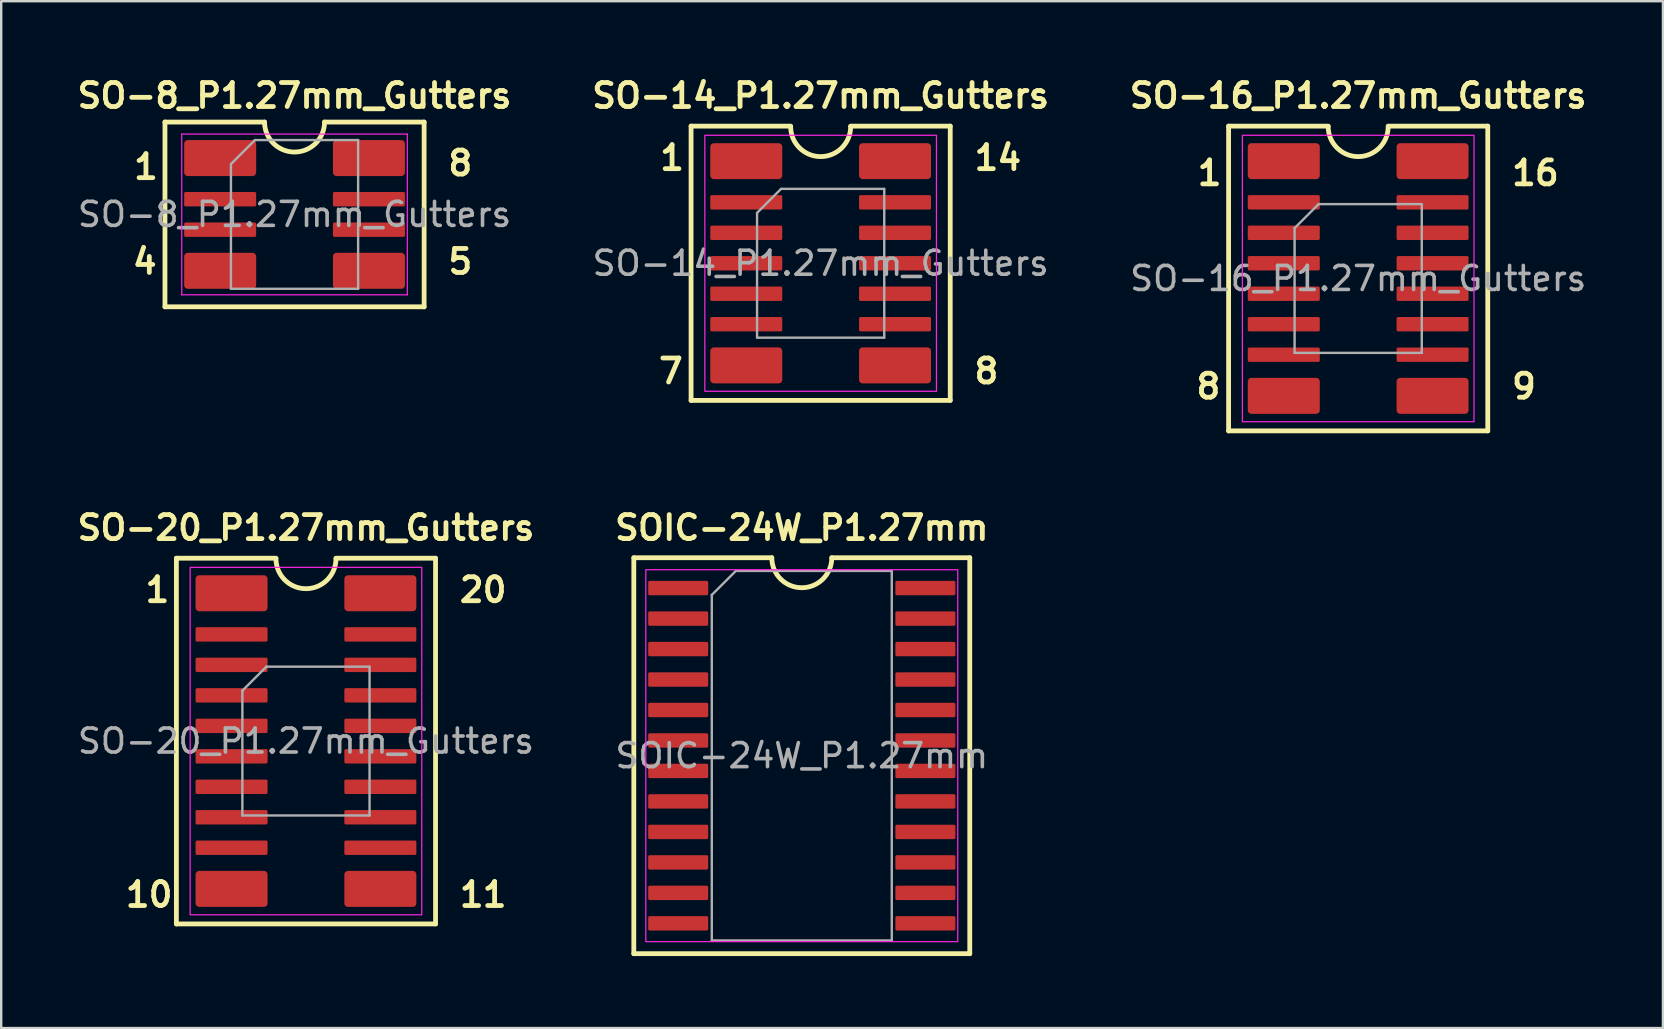
<source format=kicad_pcb>
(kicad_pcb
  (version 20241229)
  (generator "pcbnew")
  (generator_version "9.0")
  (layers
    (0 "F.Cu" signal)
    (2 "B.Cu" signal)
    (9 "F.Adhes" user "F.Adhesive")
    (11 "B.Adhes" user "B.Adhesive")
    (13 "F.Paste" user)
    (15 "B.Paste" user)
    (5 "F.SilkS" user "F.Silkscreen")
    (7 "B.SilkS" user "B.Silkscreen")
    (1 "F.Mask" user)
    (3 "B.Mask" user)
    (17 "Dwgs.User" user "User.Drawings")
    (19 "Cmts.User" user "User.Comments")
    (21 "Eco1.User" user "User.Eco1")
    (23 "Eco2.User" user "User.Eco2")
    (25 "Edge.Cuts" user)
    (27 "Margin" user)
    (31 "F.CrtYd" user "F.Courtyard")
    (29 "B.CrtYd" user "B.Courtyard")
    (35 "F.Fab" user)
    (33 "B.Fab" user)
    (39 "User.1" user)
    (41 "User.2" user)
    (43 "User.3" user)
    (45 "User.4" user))
  (footprint "SO-16_P1.27mm_Gutters"
    (layer "F.Cu")
    (at 53.548 8.556)
    (property "Reference" "SO-16_P1.27mm_Gutters" (at 0 -7.62 0) (layer "F.SilkS") (effects (font (size 1 1) (thickness 0.2) (bold yes))))
    (attr smd)
    (fp_line (start -5.4 -6.35) (end -1.25 -6.35) (stroke (width 0.2) (type default)) (layer "F.SilkS"))
    (fp_line (start -5.4 6.35) (end -5.4 -6.35) (stroke (width 0.2) (type default)) (layer "F.SilkS"))
    (fp_line (start 1.25 -6.35) (end 5.4 -6.35) (stroke (width 0.2) (type default)) (layer "F.SilkS"))
    (fp_line (start 5.4 -6.35) (end 5.4 6.35) (stroke (width 0.2) (type default)) (layer "F.SilkS"))
    (fp_line (start 5.4 6.35) (end -5.4 6.35) (stroke (width 0.2) (type default)) (layer "F.SilkS"))
    (fp_arc (start 1.25 -6.33) (mid 0 -5.08) (end -1.25 -6.33) (stroke (width 0.2) (type default)) (layer "F.SilkS"))
    (fp_rect (start -4.826 -5.969) (end 4.826 5.969) (stroke (width 0.05) (type default)) (fill no) (layer "F.CrtYd"))
    (fp_line (start -2.65 -2.1) (end -1.65 -3.1) (stroke (width 0.1) (type solid)) (layer "F.Fab"))
    (fp_line (start -2.65 3.1) (end -2.65 -2.1) (stroke (width 0.1) (type solid)) (layer "F.Fab"))
    (fp_line (start -1.65 -3.1) (end 2.65 -3.1) (stroke (width 0.1) (type solid)) (layer "F.Fab"))
    (fp_line (start 2.65 -3.1) (end 2.65 3.1) (stroke (width 0.1) (type solid)) (layer "F.Fab"))
    (fp_line (start 2.65 3.1) (end -2.65 3.1) (stroke (width 0.1) (type solid)) (layer "F.Fab"))
    (fp_text user "16" (at 6.3 -3.81 0) (unlocked yes) (layer "F.SilkS") (effects (font (size 1 1) (thickness 0.2) (bold yes)) (justify left bottom)))
    (fp_text user "1" (at -6.8 -3.81 0) (unlocked yes) (layer "F.SilkS") (effects (font (size 1 1) (thickness 0.2) (bold yes)) (justify left bottom)))
    (fp_text user "8" (at -6.85 5.08 0) (unlocked yes) (layer "F.SilkS") (effects (font (size 1 1) (thickness 0.2) (bold yes)) (justify left bottom)))
    (fp_text user "9" (at 6.3 5.08 0) (unlocked yes) (layer "F.SilkS") (effects (font (size 1 1) (thickness 0.2) (bold yes)) (justify left bottom)))
    (fp_text user "${REFERENCE}" (at 0 0 0) (layer "F.Fab") (effects (font (size 1 1) (thickness 0.15))))
    (pad "1" smd roundrect (at -3.1 -4.89) (size 3 1.5) (layers "F.Cu" "F.Mask" "F.Paste") (roundrect_rratio 0.1))
    (pad "2" smd roundrect (at -3.1 -3.175) (size 3 0.6) (layers "F.Cu" "F.Mask" "F.Paste") (roundrect_rratio 0.1))
    (pad "3" smd roundrect (at -3.1 -1.905) (size 3 0.6) (layers "F.Cu" "F.Mask" "F.Paste") (roundrect_rratio 0.1))
    (pad "4" smd roundrect (at -3.1 -0.635) (size 3 0.6) (layers "F.Cu" "F.Mask" "F.Paste") (roundrect_rratio 0.1))
    (pad "5" smd roundrect (at -3.1 0.635) (size 3 0.6) (layers "F.Cu" "F.Mask" "F.Paste") (roundrect_rratio 0.1))
    (pad "6" smd roundrect (at -3.1 1.905) (size 3 0.6) (layers "F.Cu" "F.Mask" "F.Paste") (roundrect_rratio 0.1))
    (pad "7" smd roundrect (at -3.1 3.175) (size 3 0.6) (layers "F.Cu" "F.Mask" "F.Paste") (roundrect_rratio 0.1))
    (pad "8" smd roundrect (at -3.1 4.89) (size 3 1.5) (layers "F.Cu" "F.Mask" "F.Paste") (roundrect_rratio 0.1))
    (pad "9" smd roundrect (at 3.1 4.89) (size 3 1.5) (layers "F.Cu" "F.Mask" "F.Paste") (roundrect_rratio 0.1))
    (pad "10" smd roundrect (at 3.1 3.175) (size 3 0.6) (layers "F.Cu" "F.Mask" "F.Paste") (roundrect_rratio 0.1))
    (pad "11" smd roundrect (at 3.1 1.905) (size 3 0.6) (layers "F.Cu" "F.Mask" "F.Paste") (roundrect_rratio 0.1))
    (pad "12" smd roundrect (at 3.1 0.635) (size 3 0.6) (layers "F.Cu" "F.Mask" "F.Paste") (roundrect_rratio 0.1))
    (pad "13" smd roundrect (at 3.1 -0.635) (size 3 0.6) (layers "F.Cu" "F.Mask" "F.Paste") (roundrect_rratio 0.1))
    (pad "14" smd roundrect (at 3.1 -1.905) (size 3 0.6) (layers "F.Cu" "F.Mask" "F.Paste") (roundrect_rratio 0.1))
    (pad "15" smd roundrect (at 3.1 -3.175) (size 3 0.6) (layers "F.Cu" "F.Mask" "F.Paste") (roundrect_rratio 0.1))
    (pad "16" smd roundrect (at 3.1 -4.89) (size 3 1.5) (layers "F.Cu" "F.Mask" "F.Paste") (roundrect_rratio 0.1)))
  (footprint "SOIC-24W_P1.27mm"
    (layer "F.Cu")
    (at 30.362 28.442)
    (property "Reference" "SOIC-24W_P1.27mm" (at 0 -9.5 0) (layer "F.SilkS") (effects (font (size 1 1) (thickness 0.2) (bold yes))))
    (attr smd)
    (fp_line (start -7 -8.25) (end -1.25 -8.25) (stroke (width 0.2) (type default)) (layer "F.SilkS"))
    (fp_line (start -7 8.25) (end -7 -8.25) (stroke (width 0.2) (type default)) (layer "F.SilkS"))
    (fp_line (start 1.25 -8.25) (end 7 -8.25) (stroke (width 0.2) (type default)) (layer "F.SilkS"))
    (fp_line (start 7 -8.25) (end 7 8.25) (stroke (width 0.2) (type default)) (layer "F.SilkS"))
    (fp_line (start 7 8.25) (end -7 8.25) (stroke (width 0.2) (type default)) (layer "F.SilkS"))
    (fp_arc (start 1.25 -8.25) (mid 0 -7) (end -1.25 -8.25) (stroke (width 0.2) (type default)) (layer "F.SilkS"))
    (fp_rect (start 6.5 -7.75) (end -6.5 7.75) (stroke (width 0.05) (type default)) (fill no) (layer "F.CrtYd"))
    (fp_line (start -3.75 -6.7) (end -2.75 -7.7) (stroke (width 0.1) (type solid)) (layer "F.Fab"))
    (fp_line (start -3.75 7.7) (end -3.75 -6.7) (stroke (width 0.1) (type solid)) (layer "F.Fab"))
    (fp_line (start -2.75 -7.7) (end 3.75 -7.7) (stroke (width 0.1) (type solid)) (layer "F.Fab"))
    (fp_line (start 3.75 -7.7) (end 3.75 7.7) (stroke (width 0.1) (type solid)) (layer "F.Fab"))
    (fp_line (start 3.75 7.7) (end -3.75 7.7) (stroke (width 0.1) (type solid)) (layer "F.Fab"))
    (fp_text user "${REFERENCE}" (at 0 0 0) (layer "F.Fab") (effects (font (size 1 1) (thickness 0.15))))
    (pad "1" smd roundrect (at -5.15 -6.985) (size 2.5 0.6) (layers "F.Cu" "F.Mask" "F.Paste") (roundrect_rratio 0.1))
    (pad "2" smd roundrect (at -5.15 -5.715) (size 2.5 0.6) (layers "F.Cu" "F.Mask" "F.Paste") (roundrect_rratio 0.1))
    (pad "3" smd roundrect (at -5.15 -4.445) (size 2.5 0.6) (layers "F.Cu" "F.Mask" "F.Paste") (roundrect_rratio 0.1))
    (pad "4" smd roundrect (at -5.15 -3.175) (size 2.5 0.6) (layers "F.Cu" "F.Mask" "F.Paste") (roundrect_rratio 0.1))
    (pad "5" smd roundrect (at -5.15 -1.905) (size 2.5 0.6) (layers "F.Cu" "F.Mask" "F.Paste") (roundrect_rratio 0.1))
    (pad "6" smd roundrect (at -5.15 -0.635) (size 2.5 0.6) (layers "F.Cu" "F.Mask" "F.Paste") (roundrect_rratio 0.1))
    (pad "7" smd roundrect (at -5.15 0.635) (size 2.5 0.6) (layers "F.Cu" "F.Mask" "F.Paste") (roundrect_rratio 0.1))
    (pad "8" smd roundrect (at -5.15 1.905) (size 2.5 0.6) (layers "F.Cu" "F.Mask" "F.Paste") (roundrect_rratio 0.1))
    (pad "9" smd roundrect (at -5.15 3.175) (size 2.5 0.6) (layers "F.Cu" "F.Mask" "F.Paste") (roundrect_rratio 0.1))
    (pad "10" smd roundrect (at -5.15 4.445) (size 2.5 0.6) (layers "F.Cu" "F.Mask" "F.Paste") (roundrect_rratio 0.1))
    (pad "11" smd roundrect (at -5.15 5.715) (size 2.5 0.6) (layers "F.Cu" "F.Mask" "F.Paste") (roundrect_rratio 0.1))
    (pad "12" smd roundrect (at -5.15 6.985) (size 2.5 0.6) (layers "F.Cu" "F.Mask" "F.Paste") (roundrect_rratio 0.1))
    (pad "13" smd roundrect (at 5.15 6.985) (size 2.5 0.6) (layers "F.Cu" "F.Mask" "F.Paste") (roundrect_rratio 0.1))
    (pad "14" smd roundrect (at 5.15 5.715) (size 2.5 0.6) (layers "F.Cu" "F.Mask" "F.Paste") (roundrect_rratio 0.1))
    (pad "15" smd roundrect (at 5.15 4.445) (size 2.5 0.6) (layers "F.Cu" "F.Mask" "F.Paste") (roundrect_rratio 0.1))
    (pad "16" smd roundrect (at 5.15 3.175) (size 2.5 0.6) (layers "F.Cu" "F.Mask" "F.Paste") (roundrect_rratio 0.1))
    (pad "17" smd roundrect (at 5.15 1.905) (size 2.5 0.6) (layers "F.Cu" "F.Mask" "F.Paste") (roundrect_rratio 0.1))
    (pad "18" smd roundrect (at 5.15 0.635) (size 2.5 0.6) (layers "F.Cu" "F.Mask" "F.Paste") (roundrect_rratio 0.1))
    (pad "19" smd roundrect (at 5.15 -0.635) (size 2.5 0.6) (layers "F.Cu" "F.Mask" "F.Paste") (roundrect_rratio 0.1))
    (pad "20" smd roundrect (at 5.15 -1.905) (size 2.5 0.6) (layers "F.Cu" "F.Mask" "F.Paste") (roundrect_rratio 0.1))
    (pad "21" smd roundrect (at 5.15 -3.175) (size 2.5 0.6) (layers "F.Cu" "F.Mask" "F.Paste") (roundrect_rratio 0.1))
    (pad "22" smd roundrect (at 5.15 -4.445) (size 2.5 0.6) (layers "F.Cu" "F.Mask" "F.Paste") (roundrect_rratio 0.1))
    (pad "23" smd roundrect (at 5.15 -5.715) (size 2.5 0.6) (layers "F.Cu" "F.Mask" "F.Paste") (roundrect_rratio 0.1))
    (pad "24" smd roundrect (at 5.15 -6.985) (size 2.5 0.6) (layers "F.Cu" "F.Mask" "F.Paste") (roundrect_rratio 0.1)))
  (footprint "SO-20_P1.27mm_Gutters"
    (layer "F.Cu")
    (at 9.7 27.832)
    (property "Reference" "SO-20_P1.27mm_Gutters" (at 0 -8.89 0) (layer "F.SilkS") (effects (font (size 1 1) (thickness 0.2) (bold yes))))
    (attr smd)
    (fp_line (start -5.4 -7.62) (end -1.25 -7.62) (stroke (width 0.2) (type default)) (layer "F.SilkS"))
    (fp_line (start -5.4 7.62) (end -5.4 -7.62) (stroke (width 0.2) (type default)) (layer "F.SilkS"))
    (fp_line (start 1.25 -7.62) (end 5.4 -7.62) (stroke (width 0.2) (type default)) (layer "F.SilkS"))
    (fp_line (start 5.4 -7.62) (end 5.4 7.62) (stroke (width 0.2) (type default)) (layer "F.SilkS"))
    (fp_line (start 5.4 7.62) (end -5.4 7.62) (stroke (width 0.2) (type default)) (layer "F.SilkS"))
    (fp_arc (start 1.25 -7.6) (mid 0 -6.35) (end -1.25 -7.6) (stroke (width 0.2) (type default)) (layer "F.SilkS"))
    (fp_rect (start -4.826 -7.239) (end 4.826 7.239) (stroke (width 0.05) (type default)) (fill no) (layer "F.CrtYd"))
    (fp_line (start -2.65 -2.1) (end -1.65 -3.1) (stroke (width 0.1) (type solid)) (layer "F.Fab"))
    (fp_line (start -2.65 3.1) (end -2.65 -2.1) (stroke (width 0.1) (type solid)) (layer "F.Fab"))
    (fp_line (start -1.65 -3.1) (end 2.65 -3.1) (stroke (width 0.1) (type solid)) (layer "F.Fab"))
    (fp_line (start 2.65 -3.1) (end 2.65 3.1) (stroke (width 0.1) (type solid)) (layer "F.Fab"))
    (fp_line (start 2.65 3.1) (end -2.65 3.1) (stroke (width 0.1) (type solid)) (layer "F.Fab"))
    (fp_text user "11" (at 6.3 6.985 0) (unlocked yes) (layer "F.SilkS") (effects (font (size 1 1) (thickness 0.2) (bold yes)) (justify left bottom)))
    (fp_text user "10" (at -7.62 6.985 0) (unlocked yes) (layer "F.SilkS") (effects (font (size 1 1) (thickness 0.2) (bold yes)) (justify left bottom)))
    (fp_text user "20" (at 6.3 -5.715 0) (unlocked yes) (layer "F.SilkS") (effects (font (size 1 1) (thickness 0.2) (bold yes)) (justify left bottom)))
    (fp_text user "1" (at -6.8 -5.715 0) (unlocked yes) (layer "F.SilkS") (effects (font (size 1 1) (thickness 0.2) (bold yes)) (justify left bottom)))
    (fp_text user "${REFERENCE}" (at 0 0 0) (layer "F.Fab") (effects (font (size 1 1) (thickness 0.15))))
    (pad "1" smd roundrect (at -3.1 -6.16) (size 3 1.5) (layers "F.Cu" "F.Mask" "F.Paste") (roundrect_rratio 0.1))
    (pad "2" smd roundrect (at -3.1 -4.445) (size 3 0.6) (layers "F.Cu" "F.Mask" "F.Paste") (roundrect_rratio 0.1))
    (pad "3" smd roundrect (at -3.1 -3.175) (size 3 0.6) (layers "F.Cu" "F.Mask" "F.Paste") (roundrect_rratio 0.1))
    (pad "4" smd roundrect (at -3.1 -1.905) (size 3 0.6) (layers "F.Cu" "F.Mask" "F.Paste") (roundrect_rratio 0.1))
    (pad "5" smd roundrect (at -3.1 -0.635) (size 3 0.6) (layers "F.Cu" "F.Mask" "F.Paste") (roundrect_rratio 0.1))
    (pad "6" smd roundrect (at -3.1 0.635) (size 3 0.6) (layers "F.Cu" "F.Mask" "F.Paste") (roundrect_rratio 0.1))
    (pad "7" smd roundrect (at -3.1 1.905) (size 3 0.6) (layers "F.Cu" "F.Mask" "F.Paste") (roundrect_rratio 0.1))
    (pad "8" smd roundrect (at -3.1 3.175) (size 3 0.6) (layers "F.Cu" "F.Mask" "F.Paste") (roundrect_rratio 0.1))
    (pad "9" smd roundrect (at -3.1 4.445) (size 3 0.6) (layers "F.Cu" "F.Mask" "F.Paste") (roundrect_rratio 0.1))
    (pad "10" smd roundrect (at -3.1 6.16) (size 3 1.5) (layers "F.Cu" "F.Mask" "F.Paste") (roundrect_rratio 0.1))
    (pad "11" smd roundrect (at 3.1 6.16) (size 3 1.5) (layers "F.Cu" "F.Mask" "F.Paste") (roundrect_rratio 0.1))
    (pad "12" smd roundrect (at 3.1 4.445) (size 3 0.6) (layers "F.Cu" "F.Mask" "F.Paste") (roundrect_rratio 0.1))
    (pad "13" smd roundrect (at 3.1 3.175) (size 3 0.6) (layers "F.Cu" "F.Mask" "F.Paste") (roundrect_rratio 0.1))
    (pad "14" smd roundrect (at 3.1 1.905) (size 3 0.6) (layers "F.Cu" "F.Mask" "F.Paste") (roundrect_rratio 0.1))
    (pad "15" smd roundrect (at 3.1 0.635) (size 3 0.6) (layers "F.Cu" "F.Mask" "F.Paste") (roundrect_rratio 0.1))
    (pad "16" smd roundrect (at 3.1 -0.635) (size 3 0.6) (layers "F.Cu" "F.Mask" "F.Paste") (roundrect_rratio 0.1))
    (pad "17" smd roundrect (at 3.1 -1.905) (size 3 0.6) (layers "F.Cu" "F.Mask" "F.Paste") (roundrect_rratio 0.1))
    (pad "18" smd roundrect (at 3.1 -3.175) (size 3 0.6) (layers "F.Cu" "F.Mask" "F.Paste") (roundrect_rratio 0.1))
    (pad "19" smd roundrect (at 3.1 -4.445) (size 3 0.6) (layers "F.Cu" "F.Mask" "F.Paste") (roundrect_rratio 0.1))
    (pad "20" smd roundrect (at 3.1 -6.16) (size 3 1.5) (layers "F.Cu" "F.Mask" "F.Paste") (roundrect_rratio 0.1)))
  (footprint "SO-14_P1.27mm_Gutters"
    (layer "F.Cu")
    (at 31.148 7.921)
    (property "Reference" "SO-14_P1.27mm_Gutters" (at 0 -6.985 0) (layer "F.SilkS") (effects (font (size 1 1) (thickness 0.2) (bold yes))))
    (attr smd)
    (fp_line (start -5.4 -5.715) (end -1.25 -5.715) (stroke (width 0.2) (type default)) (layer "F.SilkS"))
    (fp_line (start -5.4 5.715) (end -5.4 -5.715) (stroke (width 0.2) (type default)) (layer "F.SilkS"))
    (fp_line (start 1.25 -5.715) (end 5.4 -5.715) (stroke (width 0.2) (type default)) (layer "F.SilkS"))
    (fp_line (start 5.4 -5.715) (end 5.4 5.715) (stroke (width 0.2) (type default)) (layer "F.SilkS"))
    (fp_line (start 5.4 5.715) (end -5.4 5.715) (stroke (width 0.2) (type default)) (layer "F.SilkS"))
    (fp_arc (start 1.25 -5.695) (mid 0 -4.445) (end -1.25 -5.695) (stroke (width 0.2) (type default)) (layer "F.SilkS"))
    (fp_rect (start -4.826 -5.334) (end 4.826 5.334) (stroke (width 0.05) (type default)) (fill no) (layer "F.CrtYd"))
    (fp_line (start -2.65 -2.1) (end -1.65 -3.1) (stroke (width 0.1) (type solid)) (layer "F.Fab"))
    (fp_line (start -2.65 3.1) (end -2.65 -2.1) (stroke (width 0.1) (type solid)) (layer "F.Fab"))
    (fp_line (start -1.65 -3.1) (end 2.65 -3.1) (stroke (width 0.1) (type solid)) (layer "F.Fab"))
    (fp_line (start 2.65 -3.1) (end 2.65 3.1) (stroke (width 0.1) (type solid)) (layer "F.Fab"))
    (fp_line (start 2.65 3.1) (end -2.65 3.1) (stroke (width 0.1) (type solid)) (layer "F.Fab"))
    (fp_text user "7" (at -6.85 5.08 0) (unlocked yes) (layer "F.SilkS") (effects (font (size 1 1) (thickness 0.2) (bold yes)) (justify left bottom)))
    (fp_text user "14" (at 6.3 -3.81 0) (unlocked yes) (layer "F.SilkS") (effects (font (size 1 1) (thickness 0.2) (bold yes)) (justify left bottom)))
    (fp_text user "1" (at -6.8 -3.81 0) (unlocked yes) (layer "F.SilkS") (effects (font (size 1 1) (thickness 0.2) (bold yes)) (justify left bottom)))
    (fp_text user "8" (at 6.3 5.08 0) (unlocked yes) (layer "F.SilkS") (effects (font (size 1 1) (thickness 0.2) (bold yes)) (justify left bottom)))
    (fp_text user "${REFERENCE}" (at 0 0 0) (layer "F.Fab") (effects (font (size 1 1) (thickness 0.15))))
    (pad "1" smd roundrect (at -3.1 -4.255) (size 3 1.5) (layers "F.Cu" "F.Mask" "F.Paste") (roundrect_rratio 0.1))
    (pad "2" smd roundrect (at -3.1 -2.54) (size 3 0.6) (layers "F.Cu" "F.Mask" "F.Paste") (roundrect_rratio 0.1))
    (pad "3" smd roundrect (at -3.1 -1.27) (size 3 0.6) (layers "F.Cu" "F.Mask" "F.Paste") (roundrect_rratio 0.1))
    (pad "4" smd roundrect (at -3.1 0) (size 3 0.6) (layers "F.Cu" "F.Mask" "F.Paste") (roundrect_rratio 0.1))
    (pad "5" smd roundrect (at -3.1 1.27) (size 3 0.6) (layers "F.Cu" "F.Mask" "F.Paste") (roundrect_rratio 0.1))
    (pad "6" smd roundrect (at -3.1 2.54) (size 3 0.6) (layers "F.Cu" "F.Mask" "F.Paste") (roundrect_rratio 0.1))
    (pad "7" smd roundrect (at -3.1 4.255) (size 3 1.5) (layers "F.Cu" "F.Mask" "F.Paste") (roundrect_rratio 0.1))
    (pad "8" smd roundrect (at 3.1 4.255) (size 3 1.5) (layers "F.Cu" "F.Mask" "F.Paste") (roundrect_rratio 0.1))
    (pad "9" smd roundrect (at 3.1 2.54) (size 3 0.6) (layers "F.Cu" "F.Mask" "F.Paste") (roundrect_rratio 0.1))
    (pad "10" smd roundrect (at 3.1 1.27) (size 3 0.6) (layers "F.Cu" "F.Mask" "F.Paste") (roundrect_rratio 0.1))
    (pad "11" smd roundrect (at 3.1 0) (size 3 0.6) (layers "F.Cu" "F.Mask" "F.Paste") (roundrect_rratio 0.1))
    (pad "12" smd roundrect (at 3.1 -1.27) (size 3 0.6) (layers "F.Cu" "F.Mask" "F.Paste") (roundrect_rratio 0.1))
    (pad "13" smd roundrect (at 3.1 -2.54) (size 3 0.6) (layers "F.Cu" "F.Mask" "F.Paste") (roundrect_rratio 0.1))
    (pad "14" smd roundrect (at 3.1 -4.255) (size 3 1.5) (layers "F.Cu" "F.Mask" "F.Paste") (roundrect_rratio 0.1)))
  (footprint "SO-8_P1.27mm_Gutters"
    (layer "F.Cu")
    (at 9.224 5.886)
    (property "Reference" "SO-8_P1.27mm_Gutters" (at 0 -4.95 0) (layer "F.SilkS") (effects (font (size 1 1) (thickness 0.2) (bold yes))))
    (attr smd)
    (fp_line (start -5.4 -3.85) (end -1.25 -3.85) (stroke (width 0.2) (type default)) (layer "F.SilkS"))
    (fp_line (start -5.4 3.85) (end -5.4 -3.85) (stroke (width 0.2) (type default)) (layer "F.SilkS"))
    (fp_line (start 1.25 -3.85) (end 5.4 -3.85) (stroke (width 0.2) (type default)) (layer "F.SilkS"))
    (fp_line (start 5.4 -3.85) (end 5.4 3.85) (stroke (width 0.2) (type default)) (layer "F.SilkS"))
    (fp_line (start 5.4 3.85) (end -5.4 3.85) (stroke (width 0.2) (type default)) (layer "F.SilkS"))
    (fp_arc (start 1.25 -3.85) (mid 0 -2.6) (end -1.25 -3.85) (stroke (width 0.2) (type default)) (layer "F.SilkS"))
    (fp_line (start -4.7 -3.35) (end -4.7 3.35) (stroke (width 0.05) (type solid)) (layer "F.CrtYd"))
    (fp_line (start -4.7 3.35) (end 4.7 3.35) (stroke (width 0.05) (type solid)) (layer "F.CrtYd"))
    (fp_line (start 4.7 -3.35) (end -4.7 -3.35) (stroke (width 0.05) (type solid)) (layer "F.CrtYd"))
    (fp_line (start 4.7 3.35) (end 4.7 -3.35) (stroke (width 0.05) (type solid)) (layer "F.CrtYd"))
    (fp_line (start -2.65 -2.1) (end -1.65 -3.1) (stroke (width 0.1) (type solid)) (layer "F.Fab"))
    (fp_line (start -2.65 3.1) (end -2.65 -2.1) (stroke (width 0.1) (type solid)) (layer "F.Fab"))
    (fp_line (start -1.65 -3.1) (end 2.65 -3.1) (stroke (width 0.1) (type solid)) (layer "F.Fab"))
    (fp_line (start 2.65 -3.1) (end 2.65 3.1) (stroke (width 0.1) (type solid)) (layer "F.Fab"))
    (fp_line (start 2.65 3.1) (end -2.65 3.1) (stroke (width 0.1) (type solid)) (layer "F.Fab"))
    (fp_text user "4" (at -6.85 2.55 0) (unlocked yes) (layer "F.SilkS") (effects (font (size 1 1) (thickness 0.2) (bold yes)) (justify left bottom)))
    (fp_text user "5" (at 6.3 2.55 0) (unlocked yes) (layer "F.SilkS") (effects (font (size 1 1) (thickness 0.2) (bold yes)) (justify left bottom)))
    (fp_text user "1" (at -6.8 -1.4 0) (unlocked yes) (layer "F.SilkS") (effects (font (size 1 1) (thickness 0.2) (bold yes)) (justify left bottom)))
    (fp_text user "8" (at 6.3 -1.55 0) (unlocked yes) (layer "F.SilkS") (effects (font (size 1 1) (thickness 0.2) (bold yes)) (justify left bottom)))
    (fp_text user "${REFERENCE}" (at 0 0 0) (layer "F.Fab") (effects (font (size 1 1) (thickness 0.15))))
    (pad "1" smd roundrect (at -3.1 -2.35) (size 3 1.5) (layers "F.Cu" "F.Mask" "F.Paste") (roundrect_rratio 0.1))
    (pad "2" smd roundrect (at -3.1 -0.635) (size 3 0.6) (layers "F.Cu" "F.Mask" "F.Paste") (roundrect_rratio 0.1))
    (pad "3" smd roundrect (at -3.1 0.635) (size 3 0.6) (layers "F.Cu" "F.Mask" "F.Paste") (roundrect_rratio 0.1))
    (pad "4" smd roundrect (at -3.1 2.35) (size 3 1.5) (layers "F.Cu" "F.Mask" "F.Paste") (roundrect_rratio 0.1))
    (pad "5" smd roundrect (at 3.1 2.35) (size 3 1.5) (layers "F.Cu" "F.Mask" "F.Paste") (roundrect_rratio 0.1))
    (pad "6" smd roundrect (at 3.1 0.635) (size 3 0.6) (layers "F.Cu" "F.Mask" "F.Paste") (roundrect_rratio 0.1))
    (pad "7" smd roundrect (at 3.1 -0.635) (size 3 0.6) (layers "F.Cu" "F.Mask" "F.Paste") (roundrect_rratio 0.1))
    (pad "8" smd roundrect (at 3.1 -2.35) (size 3 1.5) (layers "F.Cu" "F.Mask" "F.Paste") (roundrect_rratio 0.1)))
  (gr_rect
    (start -3 -3)
    (end 66.248 39.792)
    (stroke (width 0.1) (type default))
    (fill no)
    (layer "Edge.Cuts")))
</source>
